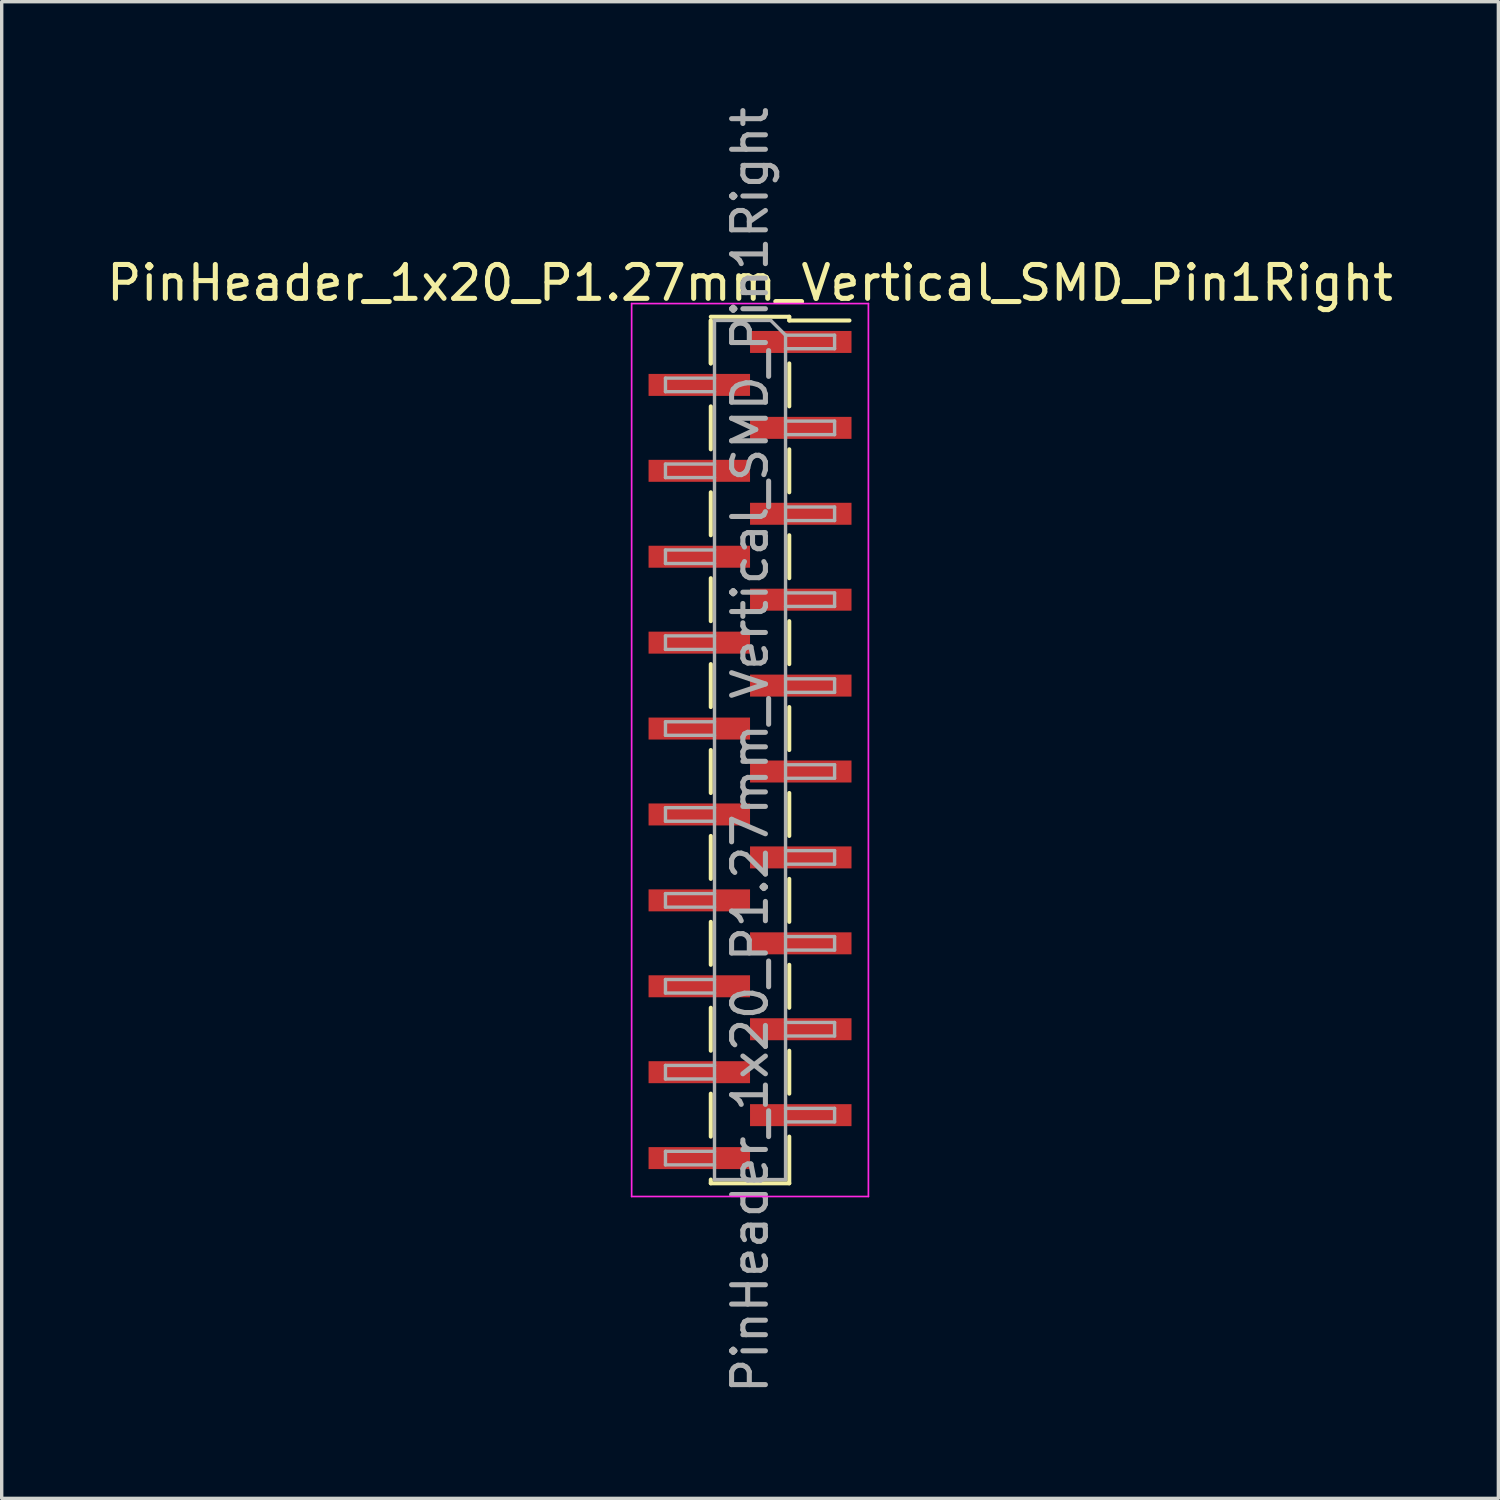
<source format=kicad_pcb>
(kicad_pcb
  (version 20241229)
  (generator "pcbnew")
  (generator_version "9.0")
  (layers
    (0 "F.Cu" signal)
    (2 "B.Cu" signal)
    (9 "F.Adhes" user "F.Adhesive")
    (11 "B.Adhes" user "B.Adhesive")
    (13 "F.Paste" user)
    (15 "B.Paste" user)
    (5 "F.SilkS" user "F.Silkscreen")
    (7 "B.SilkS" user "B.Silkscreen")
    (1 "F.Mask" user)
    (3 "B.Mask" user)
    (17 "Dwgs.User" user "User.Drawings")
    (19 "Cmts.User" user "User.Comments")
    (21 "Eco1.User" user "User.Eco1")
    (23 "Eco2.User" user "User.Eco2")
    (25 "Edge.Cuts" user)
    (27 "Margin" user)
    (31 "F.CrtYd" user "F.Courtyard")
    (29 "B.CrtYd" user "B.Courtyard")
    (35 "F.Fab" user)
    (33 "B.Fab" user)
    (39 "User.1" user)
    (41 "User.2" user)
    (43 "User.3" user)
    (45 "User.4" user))
  (footprint "PinHeader_1x20_P1.27mm_Vertical_SMD_Pin1Right"
    (layer "F.Cu")
    (at 19.125 19.125)
    (property "Reference" "PinHeader_1x20_P1.27mm_Vertical_SMD_Pin1Right" (at 0 -13.81 0) (layer "F.SilkS") (effects (font (size 1 1) (thickness 0.15))))
    (attr smd)
    (fp_line (start -1.16 -12.81) (end 1.16 -12.81) (stroke (width 0.12) (type solid)) (layer "F.SilkS"))
    (fp_line (start -1.16 -12.7) (end -1.16 -11.43) (stroke (width 0.12) (type solid)) (layer "F.SilkS"))
    (fp_line (start -1.16 -12.7) (end -1.16 -11.43) (stroke (width 0.12) (type solid)) (layer "F.SilkS"))
    (fp_line (start -1.16 -10.16) (end -1.16 -8.89) (stroke (width 0.12) (type solid)) (layer "F.SilkS"))
    (fp_line (start -1.16 -7.62) (end -1.16 -6.35) (stroke (width 0.12) (type solid)) (layer "F.SilkS"))
    (fp_line (start -1.16 -5.08) (end -1.16 -3.81) (stroke (width 0.12) (type solid)) (layer "F.SilkS"))
    (fp_line (start -1.16 -2.54) (end -1.16 -1.27) (stroke (width 0.12) (type solid)) (layer "F.SilkS"))
    (fp_line (start -1.16 0) (end -1.16 1.27) (stroke (width 0.12) (type solid)) (layer "F.SilkS"))
    (fp_line (start -1.16 2.54) (end -1.16 3.81) (stroke (width 0.12) (type solid)) (layer "F.SilkS"))
    (fp_line (start -1.16 5.08) (end -1.16 6.35) (stroke (width 0.12) (type solid)) (layer "F.SilkS"))
    (fp_line (start -1.16 7.62) (end -1.16 8.89) (stroke (width 0.12) (type solid)) (layer "F.SilkS"))
    (fp_line (start -1.16 10.16) (end -1.16 11.43) (stroke (width 0.12) (type solid)) (layer "F.SilkS"))
    (fp_line (start -1.16 12.7) (end -1.16 12.81) (stroke (width 0.12) (type solid)) (layer "F.SilkS"))
    (fp_line (start -1.16 12.81) (end 1.16 12.81) (stroke (width 0.12) (type solid)) (layer "F.SilkS"))
    (fp_line (start 1.16 -12.81) (end 1.16 -12.7) (stroke (width 0.12) (type solid)) (layer "F.SilkS"))
    (fp_line (start 1.16 -12.7) (end 2.94 -12.7) (stroke (width 0.12) (type solid)) (layer "F.SilkS"))
    (fp_line (start 1.16 -11.43) (end 1.16 -10.16) (stroke (width 0.12) (type solid)) (layer "F.SilkS"))
    (fp_line (start 1.16 -8.89) (end 1.16 -7.62) (stroke (width 0.12) (type solid)) (layer "F.SilkS"))
    (fp_line (start 1.16 -6.35) (end 1.16 -5.08) (stroke (width 0.12) (type solid)) (layer "F.SilkS"))
    (fp_line (start 1.16 -3.81) (end 1.16 -2.54) (stroke (width 0.12) (type solid)) (layer "F.SilkS"))
    (fp_line (start 1.16 -1.27) (end 1.16 0) (stroke (width 0.12) (type solid)) (layer "F.SilkS"))
    (fp_line (start 1.16 1.27) (end 1.16 2.54) (stroke (width 0.12) (type solid)) (layer "F.SilkS"))
    (fp_line (start 1.16 3.81) (end 1.16 5.08) (stroke (width 0.12) (type solid)) (layer "F.SilkS"))
    (fp_line (start 1.16 6.35) (end 1.16 7.62) (stroke (width 0.12) (type solid)) (layer "F.SilkS"))
    (fp_line (start 1.16 8.89) (end 1.16 10.16) (stroke (width 0.12) (type solid)) (layer "F.SilkS"))
    (fp_line (start 1.16 11.43) (end 1.16 12.81) (stroke (width 0.12) (type solid)) (layer "F.SilkS"))
    (fp_line (start -3.5 -13.2) (end -3.5 13.2) (stroke (width 0.05) (type solid)) (layer "F.CrtYd"))
    (fp_line (start -3.5 13.2) (end 3.5 13.2) (stroke (width 0.05) (type solid)) (layer "F.CrtYd"))
    (fp_line (start 3.5 -13.2) (end -3.5 -13.2) (stroke (width 0.05) (type solid)) (layer "F.CrtYd"))
    (fp_line (start 3.5 13.2) (end 3.5 -13.2) (stroke (width 0.05) (type solid)) (layer "F.CrtYd"))
    (fp_line (start -2.5 -10.995) (end -2.5 -10.595) (stroke (width 0.1) (type solid)) (layer "F.Fab"))
    (fp_line (start -2.5 -10.595) (end -1.05 -10.595) (stroke (width 0.1) (type solid)) (layer "F.Fab"))
    (fp_line (start -2.5 -8.455) (end -2.5 -8.055) (stroke (width 0.1) (type solid)) (layer "F.Fab"))
    (fp_line (start -2.5 -8.055) (end -1.05 -8.055) (stroke (width 0.1) (type solid)) (layer "F.Fab"))
    (fp_line (start -2.5 -5.915) (end -2.5 -5.515) (stroke (width 0.1) (type solid)) (layer "F.Fab"))
    (fp_line (start -2.5 -5.515) (end -1.05 -5.515) (stroke (width 0.1) (type solid)) (layer "F.Fab"))
    (fp_line (start -2.5 -3.375) (end -2.5 -2.975) (stroke (width 0.1) (type solid)) (layer "F.Fab"))
    (fp_line (start -2.5 -2.975) (end -1.05 -2.975) (stroke (width 0.1) (type solid)) (layer "F.Fab"))
    (fp_line (start -2.5 -0.835) (end -2.5 -0.435) (stroke (width 0.1) (type solid)) (layer "F.Fab"))
    (fp_line (start -2.5 -0.435) (end -1.05 -0.435) (stroke (width 0.1) (type solid)) (layer "F.Fab"))
    (fp_line (start -2.5 1.705) (end -2.5 2.105) (stroke (width 0.1) (type solid)) (layer "F.Fab"))
    (fp_line (start -2.5 2.105) (end -1.05 2.105) (stroke (width 0.1) (type solid)) (layer "F.Fab"))
    (fp_line (start -2.5 4.245) (end -2.5 4.645) (stroke (width 0.1) (type solid)) (layer "F.Fab"))
    (fp_line (start -2.5 4.645) (end -1.05 4.645) (stroke (width 0.1) (type solid)) (layer "F.Fab"))
    (fp_line (start -2.5 6.785) (end -2.5 7.185) (stroke (width 0.1) (type solid)) (layer "F.Fab"))
    (fp_line (start -2.5 7.185) (end -1.05 7.185) (stroke (width 0.1) (type solid)) (layer "F.Fab"))
    (fp_line (start -2.5 9.325) (end -2.5 9.725) (stroke (width 0.1) (type solid)) (layer "F.Fab"))
    (fp_line (start -2.5 9.725) (end -1.05 9.725) (stroke (width 0.1) (type solid)) (layer "F.Fab"))
    (fp_line (start -2.5 11.865) (end -2.5 12.265) (stroke (width 0.1) (type solid)) (layer "F.Fab"))
    (fp_line (start -2.5 12.265) (end -1.05 12.265) (stroke (width 0.1) (type solid)) (layer "F.Fab"))
    (fp_line (start -1.05 -12.7) (end -1.05 12.7) (stroke (width 0.1) (type solid)) (layer "F.Fab"))
    (fp_line (start -1.05 -12.7) (end 0.615 -12.7) (stroke (width 0.1) (type solid)) (layer "F.Fab"))
    (fp_line (start -1.05 -10.995) (end -2.5 -10.995) (stroke (width 0.1) (type solid)) (layer "F.Fab"))
    (fp_line (start -1.05 -8.455) (end -2.5 -8.455) (stroke (width 0.1) (type solid)) (layer "F.Fab"))
    (fp_line (start -1.05 -5.915) (end -2.5 -5.915) (stroke (width 0.1) (type solid)) (layer "F.Fab"))
    (fp_line (start -1.05 -3.375) (end -2.5 -3.375) (stroke (width 0.1) (type solid)) (layer "F.Fab"))
    (fp_line (start -1.05 -0.835) (end -2.5 -0.835) (stroke (width 0.1) (type solid)) (layer "F.Fab"))
    (fp_line (start -1.05 1.705) (end -2.5 1.705) (stroke (width 0.1) (type solid)) (layer "F.Fab"))
    (fp_line (start -1.05 4.245) (end -2.5 4.245) (stroke (width 0.1) (type solid)) (layer "F.Fab"))
    (fp_line (start -1.05 6.785) (end -2.5 6.785) (stroke (width 0.1) (type solid)) (layer "F.Fab"))
    (fp_line (start -1.05 9.325) (end -2.5 9.325) (stroke (width 0.1) (type solid)) (layer "F.Fab"))
    (fp_line (start -1.05 11.865) (end -2.5 11.865) (stroke (width 0.1) (type solid)) (layer "F.Fab"))
    (fp_line (start 1.05 -12.265) (end 0.615 -12.7) (stroke (width 0.1) (type solid)) (layer "F.Fab"))
    (fp_line (start 1.05 -12.265) (end 2.5 -12.265) (stroke (width 0.1) (type solid)) (layer "F.Fab"))
    (fp_line (start 1.05 -9.725) (end 2.5 -9.725) (stroke (width 0.1) (type solid)) (layer "F.Fab"))
    (fp_line (start 1.05 -7.185) (end 2.5 -7.185) (stroke (width 0.1) (type solid)) (layer "F.Fab"))
    (fp_line (start 1.05 -4.645) (end 2.5 -4.645) (stroke (width 0.1) (type solid)) (layer "F.Fab"))
    (fp_line (start 1.05 -2.105) (end 2.5 -2.105) (stroke (width 0.1) (type solid)) (layer "F.Fab"))
    (fp_line (start 1.05 0.435) (end 2.5 0.435) (stroke (width 0.1) (type solid)) (layer "F.Fab"))
    (fp_line (start 1.05 2.975) (end 2.5 2.975) (stroke (width 0.1) (type solid)) (layer "F.Fab"))
    (fp_line (start 1.05 5.515) (end 2.5 5.515) (stroke (width 0.1) (type solid)) (layer "F.Fab"))
    (fp_line (start 1.05 8.055) (end 2.5 8.055) (stroke (width 0.1) (type solid)) (layer "F.Fab"))
    (fp_line (start 1.05 10.595) (end 2.5 10.595) (stroke (width 0.1) (type solid)) (layer "F.Fab"))
    (fp_line (start 1.05 12.7) (end -1.05 12.7) (stroke (width 0.1) (type solid)) (layer "F.Fab"))
    (fp_line (start 1.05 12.7) (end 1.05 -12.265) (stroke (width 0.1) (type solid)) (layer "F.Fab"))
    (fp_line (start 2.5 -12.265) (end 2.5 -11.865) (stroke (width 0.1) (type solid)) (layer "F.Fab"))
    (fp_line (start 2.5 -11.865) (end 1.05 -11.865) (stroke (width 0.1) (type solid)) (layer "F.Fab"))
    (fp_line (start 2.5 -9.725) (end 2.5 -9.325) (stroke (width 0.1) (type solid)) (layer "F.Fab"))
    (fp_line (start 2.5 -9.325) (end 1.05 -9.325) (stroke (width 0.1) (type solid)) (layer "F.Fab"))
    (fp_line (start 2.5 -7.185) (end 2.5 -6.785) (stroke (width 0.1) (type solid)) (layer "F.Fab"))
    (fp_line (start 2.5 -6.785) (end 1.05 -6.785) (stroke (width 0.1) (type solid)) (layer "F.Fab"))
    (fp_line (start 2.5 -4.645) (end 2.5 -4.245) (stroke (width 0.1) (type solid)) (layer "F.Fab"))
    (fp_line (start 2.5 -4.245) (end 1.05 -4.245) (stroke (width 0.1) (type solid)) (layer "F.Fab"))
    (fp_line (start 2.5 -2.105) (end 2.5 -1.705) (stroke (width 0.1) (type solid)) (layer "F.Fab"))
    (fp_line (start 2.5 -1.705) (end 1.05 -1.705) (stroke (width 0.1) (type solid)) (layer "F.Fab"))
    (fp_line (start 2.5 0.435) (end 2.5 0.835) (stroke (width 0.1) (type solid)) (layer "F.Fab"))
    (fp_line (start 2.5 0.835) (end 1.05 0.835) (stroke (width 0.1) (type solid)) (layer "F.Fab"))
    (fp_line (start 2.5 2.975) (end 2.5 3.375) (stroke (width 0.1) (type solid)) (layer "F.Fab"))
    (fp_line (start 2.5 3.375) (end 1.05 3.375) (stroke (width 0.1) (type solid)) (layer "F.Fab"))
    (fp_line (start 2.5 5.515) (end 2.5 5.915) (stroke (width 0.1) (type solid)) (layer "F.Fab"))
    (fp_line (start 2.5 5.915) (end 1.05 5.915) (stroke (width 0.1) (type solid)) (layer "F.Fab"))
    (fp_line (start 2.5 8.055) (end 2.5 8.455) (stroke (width 0.1) (type solid)) (layer "F.Fab"))
    (fp_line (start 2.5 8.455) (end 1.05 8.455) (stroke (width 0.1) (type solid)) (layer "F.Fab"))
    (fp_line (start 2.5 10.595) (end 2.5 10.995) (stroke (width 0.1) (type solid)) (layer "F.Fab"))
    (fp_line (start 2.5 10.995) (end 1.05 10.995) (stroke (width 0.1) (type solid)) (layer "F.Fab"))
    (fp_text user "${REFERENCE}" (at 0 0 90) (layer "F.Fab") (effects (font (size 1 1) (thickness 0.15))))
    (pad "1" smd rect (at 1.5 -12.065) (size 3 0.65) (layers "F.Cu" "F.Mask" "F.Paste"))
    (pad "2" smd rect (at -1.5 -10.795) (size 3 0.65) (layers "F.Cu" "F.Mask" "F.Paste"))
    (pad "3" smd rect (at 1.5 -9.525) (size 3 0.65) (layers "F.Cu" "F.Mask" "F.Paste"))
    (pad "4" smd rect (at -1.5 -8.255) (size 3 0.65) (layers "F.Cu" "F.Mask" "F.Paste"))
    (pad "5" smd rect (at 1.5 -6.985) (size 3 0.65) (layers "F.Cu" "F.Mask" "F.Paste"))
    (pad "6" smd rect (at -1.5 -5.715) (size 3 0.65) (layers "F.Cu" "F.Mask" "F.Paste"))
    (pad "7" smd rect (at 1.5 -4.445) (size 3 0.65) (layers "F.Cu" "F.Mask" "F.Paste"))
    (pad "8" smd rect (at -1.5 -3.175) (size 3 0.65) (layers "F.Cu" "F.Mask" "F.Paste"))
    (pad "9" smd rect (at 1.5 -1.905) (size 3 0.65) (layers "F.Cu" "F.Mask" "F.Paste"))
    (pad "10" smd rect (at -1.5 -0.635) (size 3 0.65) (layers "F.Cu" "F.Mask" "F.Paste"))
    (pad "11" smd rect (at 1.5 0.635) (size 3 0.65) (layers "F.Cu" "F.Mask" "F.Paste"))
    (pad "12" smd rect (at -1.5 1.905) (size 3 0.65) (layers "F.Cu" "F.Mask" "F.Paste"))
    (pad "13" smd rect (at 1.5 3.175) (size 3 0.65) (layers "F.Cu" "F.Mask" "F.Paste"))
    (pad "14" smd rect (at -1.5 4.445) (size 3 0.65) (layers "F.Cu" "F.Mask" "F.Paste"))
    (pad "15" smd rect (at 1.5 5.715) (size 3 0.65) (layers "F.Cu" "F.Mask" "F.Paste"))
    (pad "16" smd rect (at -1.5 6.985) (size 3 0.65) (layers "F.Cu" "F.Mask" "F.Paste"))
    (pad "17" smd rect (at 1.5 8.255) (size 3 0.65) (layers "F.Cu" "F.Mask" "F.Paste"))
    (pad "18" smd rect (at -1.5 9.525) (size 3 0.65) (layers "F.Cu" "F.Mask" "F.Paste"))
    (pad "19" smd rect (at 1.5 10.795) (size 3 0.65) (layers "F.Cu" "F.Mask" "F.Paste"))
    (pad "20" smd rect (at -1.5 12.065) (size 3 0.65) (layers "F.Cu" "F.Mask" "F.Paste")))
  (gr_rect
    (start -3 -3)
    (end 41.25 41.25)
    (stroke (width 0.1) (type default))
    (fill no)
    (layer "Edge.Cuts")))
</source>
